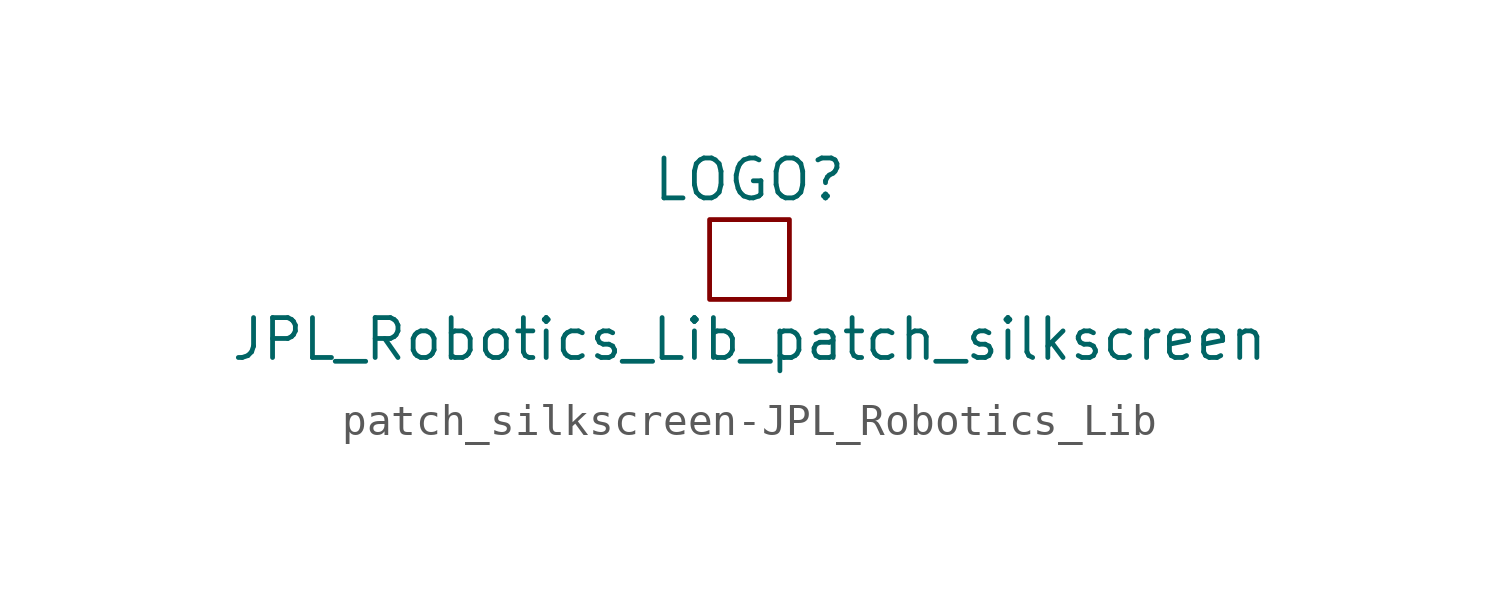
<source format=kicad_sym>
(kicad_symbol_lib
  (version 20231120)
  (generator "kicad_symbol_editor")
  (generator_version "8.0")
  (symbol "patch_silkscreen-JPL_Robotics_Lib"
    (pin_names
      (offset 1.016))
    (property "Reference" "LOGO"
      (at 0 2.54 0)
      (effects (font (size 1.27 1.27))))
    (property "Value" "JPL_Robotics_Lib_patch_silkscreen"
      (at 0 -2.54 0)
      (effects (font (size 1.27 1.27))))
    (symbol "patch_silkscreen-JPL_Robotics_Lib_0_1"
      (rectangle (start -1.27 1.27) (end 1.27 -1.27) (stroke (width 0) (type solid)) (fill (type none))))))
</source>
